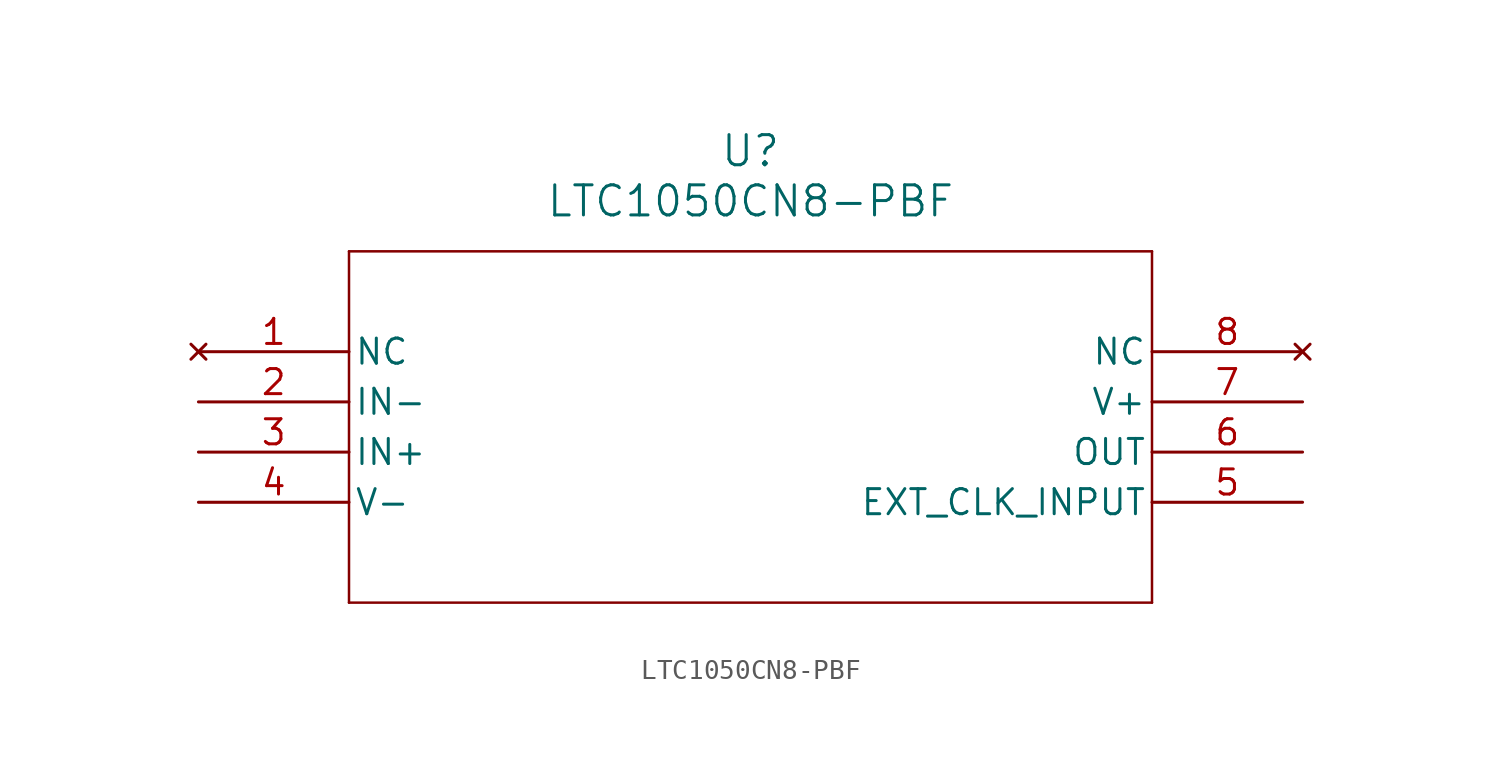
<source format=kicad_sym>
(kicad_symbol_lib
  (version 20211014)
  (generator kicad_symbol_editor)
  (symbol "LTC1050CN8-PBF"
    (pin_names
      (offset 0.254))
    (property "Reference" "U"
      (at 27.94 10.16 0)
      (effects (font (size 1.524 1.524))))
    (property "Value" "LTC1050CN8-PBF"
      (at 27.94 7.62 0)
      (effects (font (size 1.524 1.524))))
    (symbol "LTC1050CN8-PBF_0_1"
      (polyline (pts (xy 7.62 5.08) (xy 7.62 -12.7)) (stroke (width 0.127) (type default) (color 0 0 0 0)) (fill (type none)))
      (polyline (pts (xy 7.62 -12.7) (xy 48.26 -12.7)) (stroke (width 0.127) (type default) (color 0 0 0 0)) (fill (type none)))
      (polyline (pts (xy 48.26 -12.7) (xy 48.26 5.08)) (stroke (width 0.127) (type default) (color 0 0 0 0)) (fill (type none)))
      (polyline (pts (xy 48.26 5.08) (xy 7.62 5.08)) (stroke (width 0.127) (type default) (color 0 0 0 0)) (fill (type none)))
      (pin no_connect line (at 0 0 0) (length 7.62) (name "NC" (effects (font (size 1.27 1.27)))) (number "1" (effects (font (size 1.27 1.27)))))
      (pin input line (at 0 -2.54 0) (length 7.62) (name "IN-" (effects (font (size 1.27 1.27)))) (number "2" (effects (font (size 1.27 1.27)))))
      (pin input line (at 0 -5.08 0) (length 7.62) (name "IN+" (effects (font (size 1.27 1.27)))) (number "3" (effects (font (size 1.27 1.27)))))
      (pin power_in line (at 0 -7.62 0) (length 7.62) (name "V-" (effects (font (size 1.27 1.27)))) (number "4" (effects (font (size 1.27 1.27)))))
      (pin input line (at 55.88 -7.62 180) (length 7.62) (name "EXT_CLK_INPUT" (effects (font (size 1.27 1.27)))) (number "5" (effects (font (size 1.27 1.27)))))
      (pin output line (at 55.88 -5.08 180) (length 7.62) (name "OUT" (effects (font (size 1.27 1.27)))) (number "6" (effects (font (size 1.27 1.27)))))
      (pin power_in line (at 55.88 -2.54 180) (length 7.62) (name "V+" (effects (font (size 1.27 1.27)))) (number "7" (effects (font (size 1.27 1.27)))))
      (pin no_connect line (at 55.88 0 180) (length 7.62) (name "NC" (effects (font (size 1.27 1.27)))) (number "8" (effects (font (size 1.27 1.27))))))))
</source>
